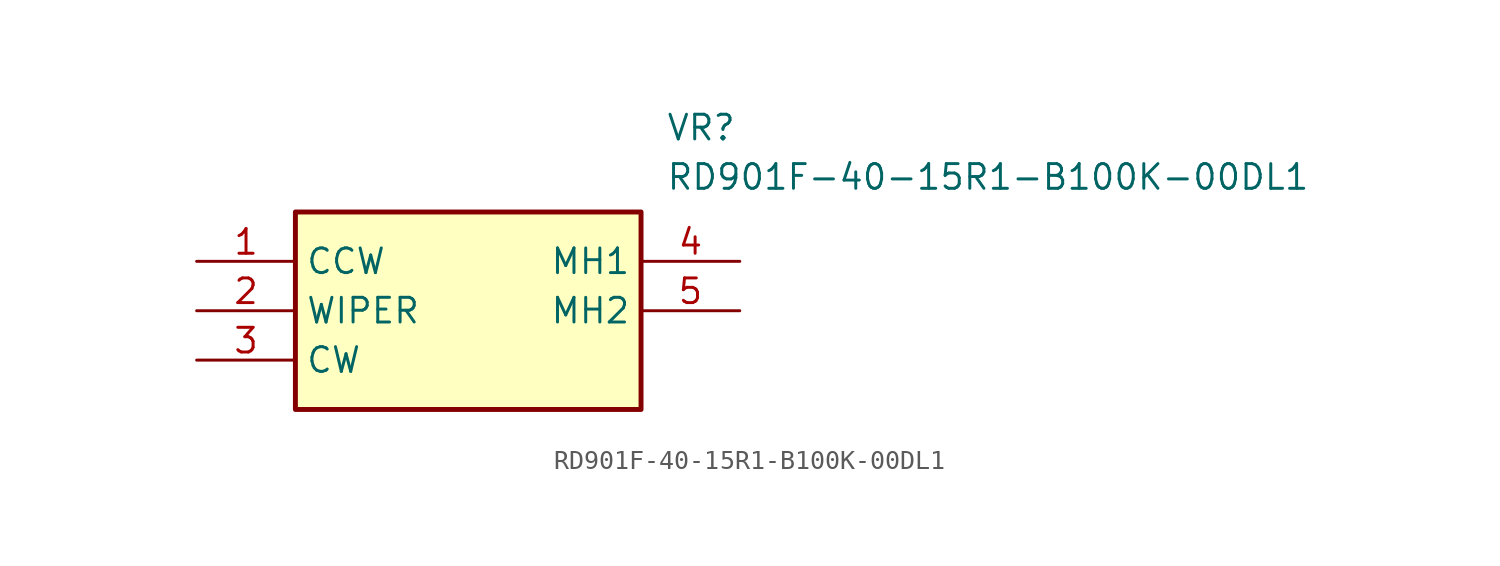
<source format=kicad_sym>
(kicad_symbol_lib
  (version 20211014)
  (generator SamacSys_ECAD_Model)
  (symbol "RD901F-40-15R1-B100K-00DL1"
    (property "Reference" "VR"
      (at 24.13 7.62 0)
      (effects (font (size 1.27 1.27)) (justify left top)))
    (property "Value" "RD901F-40-15R1-B100K-00DL1"
      (at 24.13 5.08 0)
      (effects (font (size 1.27 1.27)) (justify left top)))
    (rectangle
      (start 5.08 2.54)
      (end 22.86 -7.62)
      (stroke (width 0.254) (type default))
      (fill (type background)))
    (pin passive line
      (at 0 0 0)
      (length 5.08)
      (name "CCW" (effects (font (size 1.27 1.27))))
      (number "1" (effects (font (size 1.27 1.27)))))
    (pin passive line
      (at 0 -2.54 0)
      (length 5.08)
      (name "WIPER" (effects (font (size 1.27 1.27))))
      (number "2" (effects (font (size 1.27 1.27)))))
    (pin passive line
      (at 0 -5.08 0)
      (length 5.08)
      (name "CW" (effects (font (size 1.27 1.27))))
      (number "3" (effects (font (size 1.27 1.27)))))
    (pin passive line
      (at 27.94 0 180)
      (length 5.08)
      (name "MH1" (effects (font (size 1.27 1.27))))
      (number "4" (effects (font (size 1.27 1.27)))))
    (pin passive line
      (at 27.94 -2.54 180)
      (length 5.08)
      (name "MH2" (effects (font (size 1.27 1.27))))
      (number "5" (effects (font (size 1.27 1.27)))))))
</source>
